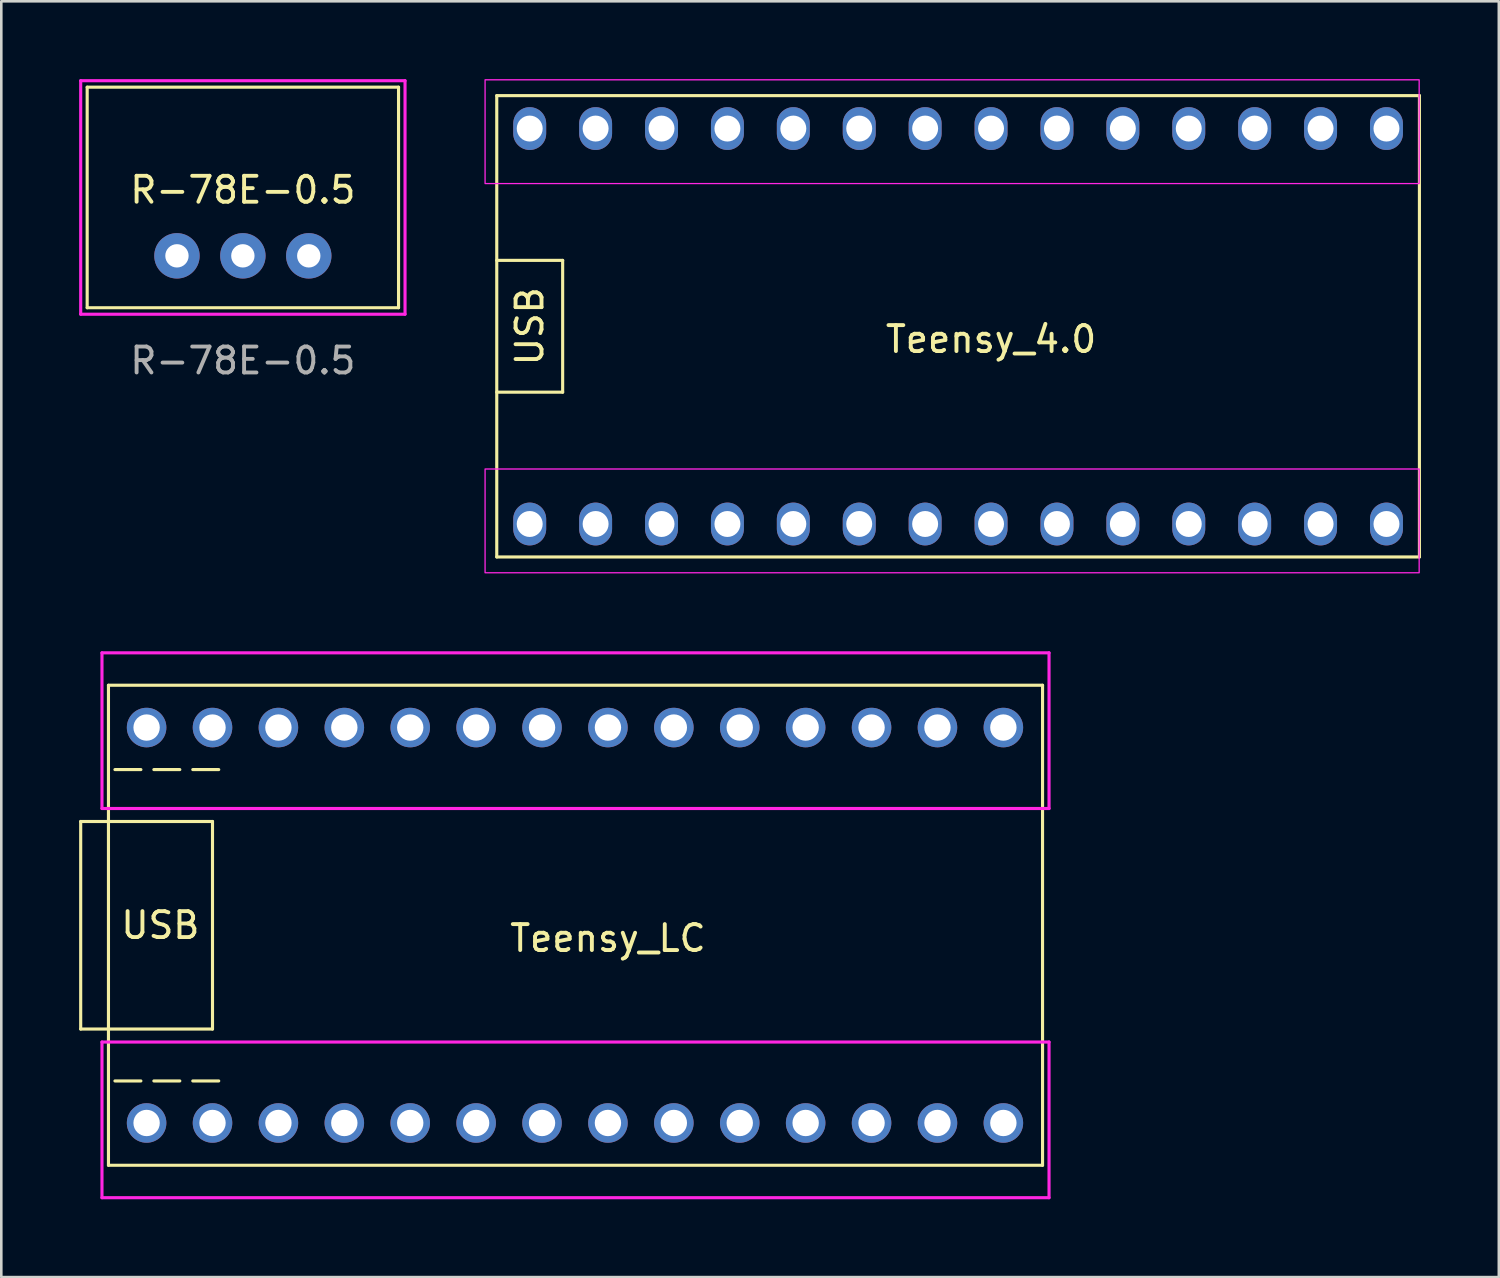
<source format=kicad_pcb>
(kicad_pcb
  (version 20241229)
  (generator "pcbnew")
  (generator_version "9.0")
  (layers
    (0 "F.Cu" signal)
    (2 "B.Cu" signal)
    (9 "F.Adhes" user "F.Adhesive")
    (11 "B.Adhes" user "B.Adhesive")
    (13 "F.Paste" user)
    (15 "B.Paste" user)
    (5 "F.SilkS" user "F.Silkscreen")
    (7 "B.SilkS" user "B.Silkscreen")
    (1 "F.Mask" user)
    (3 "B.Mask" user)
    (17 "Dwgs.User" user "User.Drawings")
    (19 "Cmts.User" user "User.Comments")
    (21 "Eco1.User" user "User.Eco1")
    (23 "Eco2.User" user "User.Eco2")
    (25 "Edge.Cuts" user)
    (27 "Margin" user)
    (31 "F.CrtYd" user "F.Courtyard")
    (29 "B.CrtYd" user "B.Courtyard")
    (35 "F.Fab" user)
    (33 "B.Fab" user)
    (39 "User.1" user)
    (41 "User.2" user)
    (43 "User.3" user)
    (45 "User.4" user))
  (footprint "Teensy_LC"
    (layer "F.Cu")
    (at 20.38 32.61)
    (property "Reference" "Teensy_LC" (at 0 0.5 0) (layer "F.SilkS") (effects (font (size 1 1) (thickness 0.15))))
    (attr through_hole)
    (fp_line (start -20.32 -4) (end -20.32 4) (stroke (width 0.12) (type solid)) (layer "F.SilkS"))
    (fp_line (start -20.32 -4) (end -15.24 -4) (stroke (width 0.12) (type solid)) (layer "F.SilkS"))
    (fp_line (start -19.25 -9.25) (end 16.75 -9.25) (stroke (width 0.12) (type solid)) (layer "F.SilkS"))
    (fp_line (start -19.25 9.25) (end -19.25 -9.25) (stroke (width 0.12) (type solid)) (layer "F.SilkS"))
    (fp_line (start -19 -6) (end -18 -6) (stroke (width 0.12) (type solid)) (layer "F.SilkS"))
    (fp_line (start -19 6) (end -18 6) (stroke (width 0.12) (type solid)) (layer "F.SilkS"))
    (fp_line (start -17.5 -6) (end -16.5 -6) (stroke (width 0.12) (type solid)) (layer "F.SilkS"))
    (fp_line (start -17.5 6) (end -16.5 6) (stroke (width 0.12) (type solid)) (layer "F.SilkS"))
    (fp_line (start -16 -6) (end -15 -6) (stroke (width 0.12) (type solid)) (layer "F.SilkS"))
    (fp_line (start -16 6) (end -15 6) (stroke (width 0.12) (type solid)) (layer "F.SilkS"))
    (fp_line (start -15.24 -4) (end -15.24 4) (stroke (width 0.12) (type solid)) (layer "F.SilkS"))
    (fp_line (start -15.24 4) (end -20.32 4) (stroke (width 0.12) (type solid)) (layer "F.SilkS"))
    (fp_line (start 16.75 -9.25) (end 16.75 9.25) (stroke (width 0.12) (type solid)) (layer "F.SilkS"))
    (fp_line (start 16.75 9.25) (end -19.25 9.25) (stroke (width 0.12) (type solid)) (layer "F.SilkS"))
    (fp_line (start -19.5 -10.5) (end -19.5 -4.5) (stroke (width 0.12) (type solid)) (layer "F.CrtYd"))
    (fp_line (start -19.5 -10.5) (end 17 -10.5) (stroke (width 0.12) (type solid)) (layer "F.CrtYd"))
    (fp_line (start -19.5 -4.5) (end 17 -4.5) (stroke (width 0.12) (type solid)) (layer "F.CrtYd"))
    (fp_line (start -19.5 4.5) (end -19.5 10.5) (stroke (width 0.12) (type solid)) (layer "F.CrtYd"))
    (fp_line (start -19.5 4.5) (end 17 4.5) (stroke (width 0.12) (type solid)) (layer "F.CrtYd"))
    (fp_line (start -19.5 10.5) (end 17 10.5) (stroke (width 0.12) (type solid)) (layer "F.CrtYd"))
    (fp_line (start 17 -10.5) (end 17 -4.5) (stroke (width 0.12) (type solid)) (layer "F.CrtYd"))
    (fp_line (start 17 4.5) (end 17 10.5) (stroke (width 0.12) (type solid)) (layer "F.CrtYd"))
    (fp_text user "USB" (at -17.25 0 0) (layer "F.SilkS") (effects (font (size 1 1) (thickness 0.15))))
    (pad "0" thru_hole circle (at -15.24 7.62) (size 1.524 1.524) (drill 1.016) (layers "*.Cu" "*.Mask"))
    (pad "1" thru_hole circle (at -12.7 7.62) (size 1.524 1.524) (drill 1.016) (layers "*.Cu" "*.Mask"))
    (pad "2" thru_hole circle (at -10.16 7.62) (size 1.524 1.524) (drill 1.016) (layers "*.Cu" "*.Mask"))
    (pad "3" thru_hole circle (at -7.62 7.62) (size 1.524 1.524) (drill 1.016) (layers "*.Cu" "*.Mask"))
    (pad "3V3_1" thru_hole circle (at -12.7 -7.62) (size 1.524 1.524) (drill 1.016) (layers "*.Cu" "*.Mask"))
    (pad "4" thru_hole circle (at -5.08 7.62) (size 1.524 1.524) (drill 1.016) (layers "*.Cu" "*.Mask"))
    (pad "5" thru_hole circle (at -2.54 7.62) (size 1.524 1.524) (drill 1.016) (layers "*.Cu" "*.Mask"))
    (pad "6" thru_hole circle (at 0 7.62) (size 1.524 1.524) (drill 1.016) (layers "*.Cu" "*.Mask"))
    (pad "7" thru_hole circle (at 2.54 7.62) (size 1.524 1.524) (drill 1.016) (layers "*.Cu" "*.Mask"))
    (pad "8" thru_hole circle (at 5.08 7.62) (size 1.524 1.524) (drill 1.016) (layers "*.Cu" "*.Mask"))
    (pad "9" thru_hole circle (at 7.62 7.62) (size 1.524 1.524) (drill 1.016) (layers "*.Cu" "*.Mask"))
    (pad "10" thru_hole circle (at 10.16 7.62) (size 1.524 1.524) (drill 1.016) (layers "*.Cu" "*.Mask"))
    (pad "11" thru_hole circle (at 12.7 7.62) (size 1.524 1.524) (drill 1.016) (layers "*.Cu" "*.Mask"))
    (pad "12" thru_hole circle (at 15.24 7.62) (size 1.524 1.524) (drill 1.016) (layers "*.Cu" "*.Mask"))
    (pad "13" thru_hole circle (at 15.24 -7.62) (size 1.524 1.524) (drill 1.016) (layers "*.Cu" "*.Mask"))
    (pad "14" thru_hole circle (at 12.7 -7.62) (size 1.524 1.524) (drill 1.016) (layers "*.Cu" "*.Mask"))
    (pad "15" thru_hole circle (at 10.16 -7.62) (size 1.524 1.524) (drill 1.016) (layers "*.Cu" "*.Mask"))
    (pad "16" thru_hole circle (at 7.62 -7.62) (size 1.524 1.524) (drill 1.016) (layers "*.Cu" "*.Mask"))
    (pad "17" thru_hole circle (at 5.08 -7.62) (size 1.524 1.524) (drill 1.016) (layers "*.Cu" "*.Mask"))
    (pad "18" thru_hole circle (at 2.54 -7.62) (size 1.524 1.524) (drill 1.016) (layers "*.Cu" "*.Mask"))
    (pad "19" thru_hole circle (at 0 -7.62) (size 1.524 1.524) (drill 1.016) (layers "*.Cu" "*.Mask"))
    (pad "20" thru_hole circle (at -2.54 -7.62) (size 1.524 1.524) (drill 1.016) (layers "*.Cu" "*.Mask"))
    (pad "21" thru_hole circle (at -5.08 -7.62) (size 1.524 1.524) (drill 1.016) (layers "*.Cu" "*.Mask"))
    (pad "22" thru_hole circle (at -7.62 -7.62) (size 1.524 1.524) (drill 1.016) (layers "*.Cu" "*.Mask"))
    (pad "23" thru_hole circle (at -10.16 -7.62) (size 1.524 1.524) (drill 1.016) (layers "*.Cu" "*.Mask"))
    (pad "GND_1" thru_hole circle (at -17.78 7.62) (size 1.524 1.524) (drill 1.016) (layers "*.Cu" "*.Mask"))
    (pad "GND_2" thru_hole circle (at -15.24 -7.62) (size 1.524 1.524) (drill 1.016) (layers "*.Cu" "*.Mask"))
    (pad "VIN" thru_hole circle (at -17.78 -7.62) (size 1.524 1.524) (drill 1.016) (layers "*.Cu" "*.Mask")))
  (footprint "Teensy_4.0"
    (layer "F.Cu")
    (at 35.145 9.525)
    (property "Reference" "Teensy_4.0" (at 0 0.5 0) (layer "F.SilkS") (effects (font (size 1 1) (thickness 0.15))))
    (attr through_hole)
    (fp_line (start -19.05 -8.89) (end 16.51 -8.89) (stroke (width 0.12) (type solid)) (layer "F.SilkS"))
    (fp_line (start -19.05 -2.54) (end -16.51 -2.54) (stroke (width 0.12) (type solid)) (layer "F.SilkS"))
    (fp_line (start -19.05 8.89) (end -19.05 -8.89) (stroke (width 0.12) (type solid)) (layer "F.SilkS"))
    (fp_line (start -16.51 -2.54) (end -16.51 2.54) (stroke (width 0.12) (type solid)) (layer "F.SilkS"))
    (fp_line (start -16.51 2.54) (end -19.05 2.54) (stroke (width 0.12) (type solid)) (layer "F.SilkS"))
    (fp_line (start 16.51 -8.89) (end 16.51 8.89) (stroke (width 0.12) (type solid)) (layer "F.SilkS"))
    (fp_line (start 16.51 8.89) (end -19.05 8.89) (stroke (width 0.12) (type solid)) (layer "F.SilkS"))
    (fp_rect (start -19.5 -9.5) (end 16.5 -5.5) (stroke (width 0.05) (type solid)) (fill no) (layer "F.CrtYd"))
    (fp_rect (start 16.5 9.5) (end -19.5 5.5) (stroke (width 0.05) (type solid)) (fill no) (layer "F.CrtYd"))
    (fp_text user "USB" (at -17.78 0 90) (layer "F.SilkS") (effects (font (size 1 1) (thickness 0.15))))
    (pad "0" thru_hole oval (at -15.24 7.62) (size 1.27 1.651) (drill 1) (layers "*.Cu" "*.Mask"))
    (pad "1" thru_hole oval (at -12.7 7.62) (size 1.27 1.651) (drill 1) (layers "*.Cu" "*.Mask"))
    (pad "2" thru_hole oval (at -10.16 7.62) (size 1.27 1.651) (drill 1) (layers "*.Cu" "*.Mask"))
    (pad "3" thru_hole oval (at -7.62 7.62) (size 1.27 1.651) (drill 1) (layers "*.Cu" "*.Mask"))
    (pad "3V3" thru_hole oval (at -12.7 -7.62) (size 1.27 1.651) (drill 1) (layers "*.Cu" "*.Mask"))
    (pad "4" thru_hole oval (at -5.08 7.62) (size 1.27 1.651) (drill 1) (layers "*.Cu" "*.Mask"))
    (pad "5" thru_hole oval (at -2.54 7.62) (size 1.27 1.651) (drill 1) (layers "*.Cu" "*.Mask"))
    (pad "6" thru_hole oval (at 0 7.62) (size 1.27 1.651) (drill 1) (layers "*.Cu" "*.Mask"))
    (pad "7" thru_hole oval (at 2.54 7.62) (size 1.27 1.651) (drill 1) (layers "*.Cu" "*.Mask"))
    (pad "8" thru_hole oval (at 5.08 7.62) (size 1.27 1.651) (drill 1) (layers "*.Cu" "*.Mask"))
    (pad "9" thru_hole oval (at 7.62 7.62) (size 1.27 1.651) (drill 1) (layers "*.Cu" "*.Mask"))
    (pad "10" thru_hole oval (at 10.16 7.62) (size 1.27 1.651) (drill 1) (layers "*.Cu" "*.Mask"))
    (pad "11" thru_hole oval (at 12.7 7.62) (size 1.27 1.651) (drill 1) (layers "*.Cu" "*.Mask"))
    (pad "12" thru_hole oval (at 15.24 7.62) (size 1.27 1.651) (drill 1) (layers "*.Cu" "*.Mask"))
    (pad "13" thru_hole oval (at 15.24 -7.62) (size 1.27 1.651) (drill 1) (layers "*.Cu" "*.Mask"))
    (pad "14" thru_hole oval (at 12.7 -7.62) (size 1.27 1.651) (drill 1) (layers "*.Cu" "*.Mask"))
    (pad "15" thru_hole oval (at 10.16 -7.62) (size 1.27 1.651) (drill 1) (layers "*.Cu" "*.Mask"))
    (pad "16" thru_hole oval (at 7.62 -7.62) (size 1.27 1.651) (drill 1) (layers "*.Cu" "*.Mask"))
    (pad "17" thru_hole oval (at 5.08 -7.62) (size 1.27 1.651) (drill 1) (layers "*.Cu" "*.Mask"))
    (pad "18" thru_hole oval (at 2.54 -7.62) (size 1.27 1.651) (drill 1) (layers "*.Cu" "*.Mask"))
    (pad "19" thru_hole oval (at 0 -7.62) (size 1.27 1.651) (drill 1) (layers "*.Cu" "*.Mask"))
    (pad "20" thru_hole oval (at -2.54 -7.62) (size 1.27 1.651) (drill 1) (layers "*.Cu" "*.Mask"))
    (pad "21" thru_hole oval (at -5.08 -7.62) (size 1.27 1.651) (drill 1) (layers "*.Cu" "*.Mask"))
    (pad "22" thru_hole oval (at -7.62 -7.62) (size 1.27 1.651) (drill 1) (layers "*.Cu" "*.Mask"))
    (pad "23" thru_hole oval (at -10.16 -7.62) (size 1.27 1.651) (drill 1) (layers "*.Cu" "*.Mask"))
    (pad "GND_1" thru_hole oval (at -17.78 7.62) (size 1.27 1.651) (drill 1) (layers "*.Cu" "*.Mask"))
    (pad "GND_2" thru_hole oval (at -15.24 -7.62) (size 1.27 1.651) (drill 1) (layers "*.Cu" "*.Mask"))
    (pad "VIN" thru_hole oval (at -17.78 -7.62) (size 1.27 1.651) (drill 1) (layers "*.Cu" "*.Mask")))
  (footprint "R-78E-0.5"
    (layer "F.Cu")
    (at 6.31 6.81)
    (property "Reference" "R-78E-0.5" (at 0 -2.54 0) (unlocked yes) (layer "F.SilkS") (effects (font (size 1 1) (thickness 0.15))))
    (attr through_hole)
    (fp_line (start -6 -6.5) (end 6 -6.5) (stroke (width 0.12) (type solid)) (layer "F.SilkS"))
    (fp_line (start -6 2) (end -6 -6.5) (stroke (width 0.12) (type solid)) (layer "F.SilkS"))
    (fp_line (start -6 2) (end 6 2) (stroke (width 0.12) (type solid)) (layer "F.SilkS"))
    (fp_line (start 6 -6.5) (end 6 2) (stroke (width 0.12) (type solid)) (layer "F.SilkS"))
    (fp_line (start -6.25 -6.75) (end 6.25 -6.75) (stroke (width 0.12) (type solid)) (layer "F.CrtYd"))
    (fp_line (start -6.25 2.25) (end -6.25 -6.75) (stroke (width 0.12) (type solid)) (layer "F.CrtYd"))
    (fp_line (start 6.25 -6.75) (end 6.25 2.25) (stroke (width 0.12) (type solid)) (layer "F.CrtYd"))
    (fp_line (start 6.25 2.25) (end -6.25 2.25) (stroke (width 0.12) (type solid)) (layer "F.CrtYd"))
    (fp_text user "${REFERENCE}" (at 0 4.04 0) (unlocked yes) (layer "F.Fab") (effects (font (size 1 1) (thickness 0.15))))
    (pad "1" thru_hole circle (at -2.54 0) (size 1.75 1.75) (drill 0.9) (layers "*.Cu" "*.Mask"))
    (pad "2" thru_hole circle (at 0 0) (size 1.75 1.75) (drill 0.9) (layers "*.Cu" "*.Mask"))
    (pad "3" thru_hole circle (at 2.54 0) (size 1.75 1.75) (drill 0.9) (layers "*.Cu" "*.Mask")))
  (gr_rect
    (start -3 -3)
    (end 54.715 46.17)
    (stroke (width 0.1) (type default))
    (fill no)
    (layer "Edge.Cuts")))
</source>
